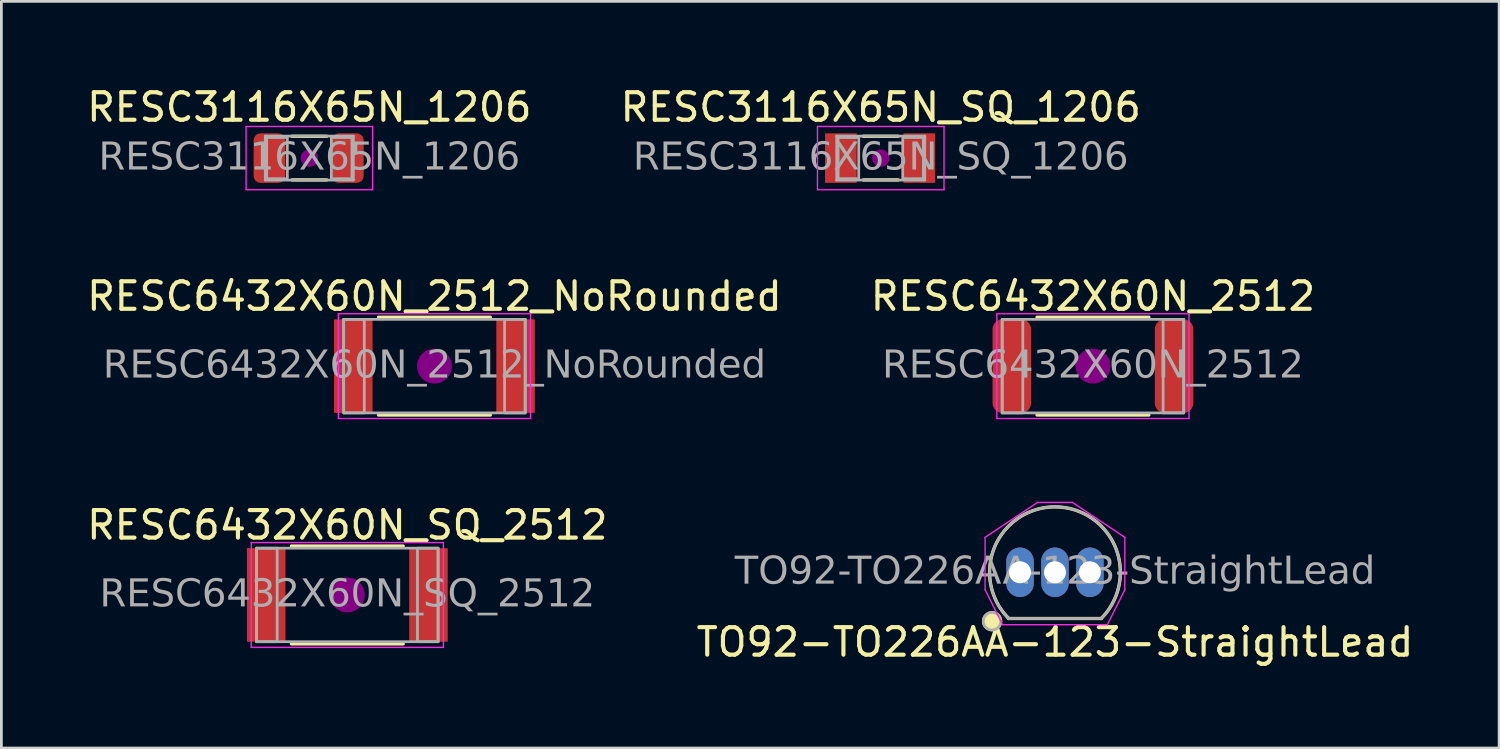
<source format=kicad_pcb>
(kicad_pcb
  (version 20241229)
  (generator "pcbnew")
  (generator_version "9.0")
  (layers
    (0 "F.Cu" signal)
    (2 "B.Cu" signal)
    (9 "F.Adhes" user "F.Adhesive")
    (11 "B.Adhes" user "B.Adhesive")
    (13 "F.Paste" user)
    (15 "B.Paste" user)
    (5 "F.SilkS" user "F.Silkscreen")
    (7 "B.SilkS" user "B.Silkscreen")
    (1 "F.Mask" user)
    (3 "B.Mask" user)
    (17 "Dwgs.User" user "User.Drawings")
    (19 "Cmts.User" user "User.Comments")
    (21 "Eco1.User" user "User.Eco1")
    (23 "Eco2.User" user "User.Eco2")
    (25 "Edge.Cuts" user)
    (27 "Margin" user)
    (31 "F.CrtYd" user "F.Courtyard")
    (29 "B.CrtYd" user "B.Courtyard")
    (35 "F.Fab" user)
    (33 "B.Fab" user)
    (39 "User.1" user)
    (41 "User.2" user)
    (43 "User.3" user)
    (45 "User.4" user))
  (footprint "RESC6432X60N_2512_NoRounded"
    (layer "F.Cu")
    (at 12.744 10.261)
    (property "Reference" "RESC6432X60N_2512_NoRounded" (at 0 -2.54 0) (layer "F.SilkS") (effects (font (size 1 1) (thickness 0.15))))
    (attr smd)
    (fp_line (start -2.032 -1.778) (end 2.032 -1.778) (stroke (width 0.12) (type solid)) (layer "F.SilkS"))
    (fp_line (start -2.032 1.778) (end 2.032 1.778) (stroke (width 0.12) (type solid)) (layer "F.SilkS"))
    (fp_circle (center 0 0) (end 0.635 0) (stroke (width 0) (type solid)) (fill yes) (layer "F.Adhes"))
    (fp_line (start -3.493 -1.905) (end 3.493 -1.905) (stroke (width 0.05) (type solid)) (layer "F.CrtYd"))
    (fp_line (start -3.493 1.905) (end -3.493 -1.905) (stroke (width 0.05) (type solid)) (layer "F.CrtYd"))
    (fp_line (start 3.493 -1.905) (end 3.493 1.905) (stroke (width 0.05) (type solid)) (layer "F.CrtYd"))
    (fp_line (start 3.493 1.905) (end -3.493 1.905) (stroke (width 0.05) (type solid)) (layer "F.CrtYd"))
    (fp_line (start -3.3 -1.7) (end 3.3 -1.7) (stroke (width 0.1) (type solid)) (layer "F.Fab"))
    (fp_line (start -3.3 1.7) (end -3.3 -1.7) (stroke (width 0.1) (type solid)) (layer "F.Fab"))
    (fp_line (start 3.3 -1.7) (end 3.3 1.7) (stroke (width 0.1) (type solid)) (layer "F.Fab"))
    (fp_line (start 3.3 1.7) (end -3.3 1.7) (stroke (width 0.1) (type solid)) (layer "F.Fab"))
    (fp_rect (start -2.55 1.7) (end -3.3 -1.7) (stroke (width 0.1) (type solid)) (fill no) (layer "F.Fab"))
    (fp_rect (start 2.55 -1.7) (end 3.3 1.7) (stroke (width 0.1) (type solid)) (fill no) (layer "F.Fab"))
    (fp_text user "${REFERENCE}" (at 0 0 0) (layer "F.Fab") (effects (font (face "Tahoma") (size 1 1) (thickness 0.15))))
    (pad "1" smd rect (at -2.95 0) (size 1.4 3.4) (layers "F.Cu" "F.Mask" "F.Paste"))
    (pad "2" smd rect (at 2.95 0) (size 1.4 3.4) (layers "F.Cu" "F.Mask" "F.Paste")))
  (footprint "TO92-TO226AA-123-StraightLead"
    (layer "F.Cu")
    (at 35.304 17.756)
    (property "Reference" "TO92-TO226AA-123-StraightLead" (at 0 2.54 0) (layer "F.SilkS") (effects (font (size 1 1) (thickness 0.15))))
    (attr through_hole)
    (fp_line (start -1.681 1.68) (end 1.681 1.68) (stroke (width 0.12) (type default)) (layer "F.SilkS"))
    (fp_arc (start -1.681 1.68) (mid 0 -2.378291) (end 1.681 1.68) (stroke (width 0.12) (type solid)) (layer "F.SilkS"))
    (fp_circle (center -2.286 1.778) (end -1.968 1.778) (stroke (width 0.1) (type solid)) (fill yes) (layer "F.SilkS"))
    (fp_line (start -2.54 -1.27) (end -2.54 0.635) (stroke (width 0.05) (type solid)) (layer "F.CrtYd"))
    (fp_line (start -2.54 0.635) (end -1.905 1.905) (stroke (width 0.05) (type default)) (layer "F.CrtYd"))
    (fp_line (start -1.905 1.905) (end 1.905 1.905) (stroke (width 0.05) (type solid)) (layer "F.CrtYd"))
    (fp_line (start -0.635 -2.54) (end -2.54 -1.27) (stroke (width 0.05) (type default)) (layer "F.CrtYd"))
    (fp_line (start 0.635 -2.54) (end -0.635 -2.54) (stroke (width 0.05) (type solid)) (layer "F.CrtYd"))
    (fp_line (start 0.635 -2.54) (end 2.54 -1.27) (stroke (width 0.05) (type default)) (layer "F.CrtYd"))
    (fp_line (start 2.54 0.635) (end 1.905 1.905) (stroke (width 0.05) (type default)) (layer "F.CrtYd"))
    (fp_line (start 2.54 0.635) (end 2.54 -1.27) (stroke (width 0.05) (type solid)) (layer "F.CrtYd"))
    (fp_line (start 1.681 1.68) (end -1.681 1.68) (stroke (width 0.1) (type default)) (layer "F.Fab"))
    (fp_arc (start -1.681 1.68) (mid 0 -2.378291) (end 1.681 1.68) (stroke (width 0.1) (type default)) (layer "F.Fab"))
    (fp_circle (center -2.286 1.778) (end -1.968 1.778) (stroke (width 0.1) (type solid)) (fill no) (layer "F.Fab"))
    (fp_text user "${REFERENCE}" (at 0 -0.001 0) (layer "F.Fab") (effects (font (face "Tahoma") (size 1 1) (thickness 0.15))))
    (pad "1" thru_hole oval (at -1.27 0 90) (size 1.8 1) (drill 0.8) (layers "*.Cu" "*.Mask"))
    (pad "2" thru_hole oval (at 0 0 90) (size 1.8 1) (drill 0.8) (layers "*.Cu" "*.Mask"))
    (pad "3" thru_hole oval (at 1.27 0 90) (size 1.8 1) (drill 0.8) (layers "*.Cu" "*.Mask")))
  (footprint "RESC3116X65N_SQ_1206"
    (layer "F.Cu")
    (at 28.97 2.698)
    (property "Reference" "RESC3116X65N_SQ_1206" (at 0 -1.85 0) (layer "F.SilkS") (effects (font (size 1 1) (thickness 0.15))))
    (attr smd)
    (fp_line (start -0.635 -0.794) (end 0.635 -0.794) (stroke (width 0.12) (type solid)) (layer "F.SilkS"))
    (fp_line (start -0.635 0.794) (end 0.635 0.794) (stroke (width 0.12) (type solid)) (layer "F.SilkS"))
    (fp_circle (center 0 0) (end 0.318 0) (stroke (width 0) (type solid)) (fill yes) (layer "F.Adhes"))
    (fp_line (start -2.3 -1.15) (end 2.3 -1.15) (stroke (width 0.05) (type solid)) (layer "F.CrtYd"))
    (fp_line (start -2.3 1.15) (end -2.3 -1.15) (stroke (width 0.05) (type solid)) (layer "F.CrtYd"))
    (fp_line (start 2.3 -1.15) (end 2.3 1.15) (stroke (width 0.05) (type solid)) (layer "F.CrtYd"))
    (fp_line (start 2.3 1.15) (end -2.3 1.15) (stroke (width 0.05) (type solid)) (layer "F.CrtYd"))
    (fp_line (start -1.6 -0.8) (end 1.6 -0.8) (stroke (width 0.1) (type solid)) (layer "F.Fab"))
    (fp_line (start -1.6 0.8) (end -1.6 -0.8) (stroke (width 0.1) (type solid)) (layer "F.Fab"))
    (fp_line (start 1.6 -0.8) (end 1.6 0.8) (stroke (width 0.1) (type solid)) (layer "F.Fab"))
    (fp_line (start 1.6 0.8) (end -1.6 0.8) (stroke (width 0.1) (type solid)) (layer "F.Fab"))
    (fp_rect (start -0.8 0.75) (end -1.55 -0.75) (stroke (width 0.1) (type solid)) (fill no) (layer "F.Fab"))
    (fp_rect (start 0.8 -0.75) (end 1.55 0.75) (stroke (width 0.1) (type solid)) (fill no) (layer "F.Fab"))
    (fp_text user "${REFERENCE}" (at 0 0 0) (layer "F.Fab") (effects (font (face "Tahoma") (size 1 1) (thickness 0.15))))
    (pad "1" smd rect (at -1.45 0) (size 1.15 1.8) (layers "F.Cu" "F.Mask" "F.Paste"))
    (pad "2" smd rect (at 1.4 0) (size 1.15 1.8) (layers "F.Cu" "F.Mask" "F.Paste")))
  (footprint "RESC3116X65N_1206"
    (layer "F.Cu")
    (at 8.196 2.698)
    (property "Reference" "RESC3116X65N_1206" (at 0 -1.85 0) (layer "F.SilkS") (effects (font (size 1 1) (thickness 0.15))))
    (attr smd)
    (fp_line (start -0.635 -0.794) (end 0.635 -0.794) (stroke (width 0.12) (type solid)) (layer "F.SilkS"))
    (fp_line (start -0.635 0.794) (end 0.635 0.794) (stroke (width 0.12) (type solid)) (layer "F.SilkS"))
    (fp_circle (center 0 0) (end 0.318 0) (stroke (width 0) (type solid)) (fill yes) (layer "F.Adhes"))
    (fp_line (start -2.3 -1.15) (end 2.3 -1.15) (stroke (width 0.05) (type solid)) (layer "F.CrtYd"))
    (fp_line (start -2.3 1.15) (end -2.3 -1.15) (stroke (width 0.05) (type solid)) (layer "F.CrtYd"))
    (fp_line (start 2.3 -1.15) (end 2.3 1.15) (stroke (width 0.05) (type solid)) (layer "F.CrtYd"))
    (fp_line (start 2.3 1.15) (end -2.3 1.15) (stroke (width 0.05) (type solid)) (layer "F.CrtYd"))
    (fp_line (start -1.6 -0.8) (end 1.6 -0.8) (stroke (width 0.1) (type solid)) (layer "F.Fab"))
    (fp_line (start -1.6 0.8) (end -1.6 -0.8) (stroke (width 0.1) (type solid)) (layer "F.Fab"))
    (fp_line (start 1.6 -0.8) (end 1.6 0.8) (stroke (width 0.1) (type solid)) (layer "F.Fab"))
    (fp_line (start 1.6 0.8) (end -1.6 0.8) (stroke (width 0.1) (type solid)) (layer "F.Fab"))
    (fp_rect (start -0.8 0.75) (end -1.55 -0.75) (stroke (width 0.1) (type solid)) (fill no) (layer "F.Fab"))
    (fp_rect (start 0.8 -0.75) (end 1.55 0.75) (stroke (width 0.1) (type solid)) (fill no) (layer "F.Fab"))
    (fp_text user "${REFERENCE}" (at 0 0 0) (layer "F.Fab") (effects (font (face "Tahoma") (size 1 1) (thickness 0.15))))
    (pad "1" smd roundrect (at -1.45 0) (size 1.15 1.8) (layers "F.Cu" "F.Mask" "F.Paste") (roundrect_rratio 0.217))
    (pad "2" smd roundrect (at 1.4 0) (size 1.15 1.8) (layers "F.Cu" "F.Mask" "F.Paste") (roundrect_rratio 0.217)))
  (footprint "RESC6432X60N_SQ_2512"
    (layer "F.Cu")
    (at 9.577 18.58)
    (property "Reference" "RESC6432X60N_SQ_2512" (at 0 -2.54 0) (layer "F.SilkS") (effects (font (size 1 1) (thickness 0.15))))
    (attr smd)
    (fp_line (start -2.032 -1.778) (end 2.032 -1.778) (stroke (width 0.12) (type solid)) (layer "F.SilkS"))
    (fp_line (start -2.032 1.778) (end 2.032 1.778) (stroke (width 0.12) (type solid)) (layer "F.SilkS"))
    (fp_circle (center 0 0) (end 0.635 0) (stroke (width 0) (type solid)) (fill yes) (layer "F.Adhes"))
    (fp_line (start -3.493 -1.905) (end 3.493 -1.905) (stroke (width 0.05) (type solid)) (layer "F.CrtYd"))
    (fp_line (start -3.493 1.905) (end -3.493 -1.905) (stroke (width 0.05) (type solid)) (layer "F.CrtYd"))
    (fp_line (start 3.493 -1.905) (end 3.493 1.905) (stroke (width 0.05) (type solid)) (layer "F.CrtYd"))
    (fp_line (start 3.493 1.905) (end -3.493 1.905) (stroke (width 0.05) (type solid)) (layer "F.CrtYd"))
    (fp_line (start -3.3 -1.7) (end 3.3 -1.7) (stroke (width 0.1) (type solid)) (layer "F.Fab"))
    (fp_line (start -3.3 1.7) (end -3.3 -1.7) (stroke (width 0.1) (type solid)) (layer "F.Fab"))
    (fp_line (start 3.3 -1.7) (end 3.3 1.7) (stroke (width 0.1) (type solid)) (layer "F.Fab"))
    (fp_line (start 3.3 1.7) (end -3.3 1.7) (stroke (width 0.1) (type solid)) (layer "F.Fab"))
    (fp_rect (start -2.55 1.7) (end -3.3 -1.7) (stroke (width 0.1) (type solid)) (fill no) (layer "F.Fab"))
    (fp_rect (start 2.55 -1.7) (end 3.3 1.7) (stroke (width 0.1) (type solid)) (fill no) (layer "F.Fab"))
    (fp_text user "${REFERENCE}" (at 0 0 0) (layer "F.Fab") (effects (font (face "Tahoma") (size 1 1) (thickness 0.15))))
    (pad "1" smd rect (at -2.95 0) (size 1.4 3.4) (layers "F.Cu" "F.Mask" "F.Paste"))
    (pad "2" smd rect (at 2.95 0) (size 1.4 3.4) (layers "F.Cu" "F.Mask" "F.Paste")))
  (footprint "RESC6432X60N_2512"
    (layer "F.Cu")
    (at 36.685 10.261)
    (property "Reference" "RESC6432X60N_2512" (at 0 -2.54 0) (layer "F.SilkS") (effects (font (size 1 1) (thickness 0.15))))
    (attr smd)
    (fp_line (start -2.032 -1.778) (end 2.032 -1.778) (stroke (width 0.12) (type solid)) (layer "F.SilkS"))
    (fp_line (start -2.032 1.778) (end 2.032 1.778) (stroke (width 0.12) (type solid)) (layer "F.SilkS"))
    (fp_circle (center 0 0) (end 0.635 0) (stroke (width 0) (type solid)) (fill yes) (layer "F.Adhes"))
    (fp_line (start -3.493 -1.905) (end 3.493 -1.905) (stroke (width 0.05) (type solid)) (layer "F.CrtYd"))
    (fp_line (start -3.493 1.905) (end -3.493 -1.905) (stroke (width 0.05) (type solid)) (layer "F.CrtYd"))
    (fp_line (start 3.493 -1.905) (end 3.493 1.905) (stroke (width 0.05) (type solid)) (layer "F.CrtYd"))
    (fp_line (start 3.493 1.905) (end -3.493 1.905) (stroke (width 0.05) (type solid)) (layer "F.CrtYd"))
    (fp_line (start -3.3 -1.7) (end 3.3 -1.7) (stroke (width 0.1) (type solid)) (layer "F.Fab"))
    (fp_line (start -3.3 1.7) (end -3.3 -1.7) (stroke (width 0.1) (type solid)) (layer "F.Fab"))
    (fp_line (start 3.3 -1.7) (end 3.3 1.7) (stroke (width 0.1) (type solid)) (layer "F.Fab"))
    (fp_line (start 3.3 1.7) (end -3.3 1.7) (stroke (width 0.1) (type solid)) (layer "F.Fab"))
    (fp_rect (start -2.55 1.7) (end -3.3 -1.7) (stroke (width 0.1) (type solid)) (fill no) (layer "F.Fab"))
    (fp_rect (start 2.55 -1.7) (end 3.3 1.7) (stroke (width 0.1) (type solid)) (fill no) (layer "F.Fab"))
    (fp_text user "${REFERENCE}" (at 0 0 0) (layer "F.Fab") (effects (font (face "Tahoma") (size 1 1) (thickness 0.15))))
    (pad "1" smd roundrect (at -2.95 0) (size 1.4 3.4) (layers "F.Cu" "F.Mask" "F.Paste") (roundrect_rratio 0.25))
    (pad "2" smd roundrect (at 2.95 0) (size 1.4 3.4) (layers "F.Cu" "F.Mask" "F.Paste") (roundrect_rratio 0.25)))
  (gr_rect
    (start -3 -3)
    (end 51.452 24.145)
    (stroke (width 0.1) (type default))
    (fill no)
    (layer "Edge.Cuts")))
</source>
